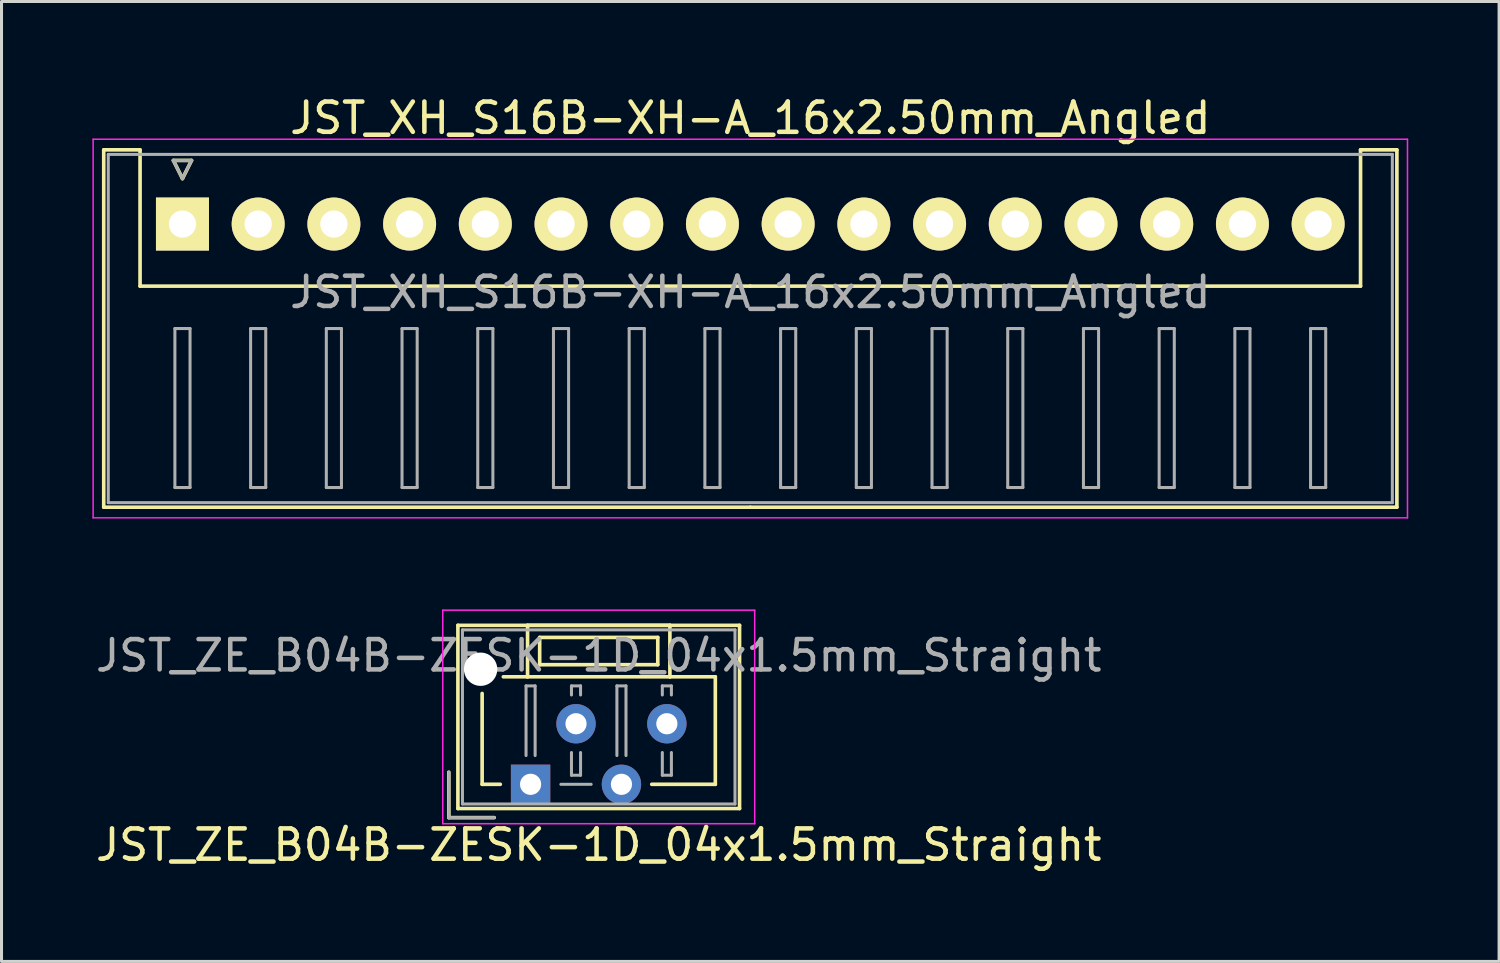
<source format=kicad_pcb>
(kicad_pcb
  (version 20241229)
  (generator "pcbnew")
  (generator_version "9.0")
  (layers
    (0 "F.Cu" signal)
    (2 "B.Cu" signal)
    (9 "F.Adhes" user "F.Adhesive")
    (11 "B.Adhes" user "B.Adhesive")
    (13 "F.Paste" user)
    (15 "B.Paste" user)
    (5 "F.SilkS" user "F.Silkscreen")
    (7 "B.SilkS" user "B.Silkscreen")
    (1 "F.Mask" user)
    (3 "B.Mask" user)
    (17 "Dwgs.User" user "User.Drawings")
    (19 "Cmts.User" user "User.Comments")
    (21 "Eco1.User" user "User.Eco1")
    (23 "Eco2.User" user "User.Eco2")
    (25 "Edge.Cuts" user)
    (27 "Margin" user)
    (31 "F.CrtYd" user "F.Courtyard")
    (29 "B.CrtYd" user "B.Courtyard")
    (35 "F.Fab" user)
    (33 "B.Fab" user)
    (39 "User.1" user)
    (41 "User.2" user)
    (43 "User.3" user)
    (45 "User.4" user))
  (footprint "JST_XH_S16B-XH-A_16x2.50mm_Angled"
    (layer "F.Cu")
    (at 2.975 4.348)
    (property "Reference" "JST_XH_S16B-XH-A_16x2.50mm_Angled" (at 18.75 -3.5 0) (layer "F.SilkS") (effects (font (size 1 1) (thickness 0.15))))
    (attr through_hole)
    (fp_line (start -2.6 -2.45) (end -1.4 -2.45) (stroke (width 0.12) (type solid)) (layer "F.SilkS"))
    (fp_line (start -2.6 9.35) (end -2.6 -2.45) (stroke (width 0.12) (type solid)) (layer "F.SilkS"))
    (fp_line (start -1.4 -2.45) (end -1.4 2.05) (stroke (width 0.12) (type solid)) (layer "F.SilkS"))
    (fp_line (start -1.4 2.05) (end 18.75 2.05) (stroke (width 0.12) (type solid)) (layer "F.SilkS"))
    (fp_line (start -0.3 -2.1) (end 0.3 -2.1) (stroke (width 0.12) (type solid)) (layer "F.SilkS"))
    (fp_line (start 0 -1.5) (end -0.3 -2.1) (stroke (width 0.12) (type solid)) (layer "F.SilkS"))
    (fp_line (start 0.3 -2.1) (end 0 -1.5) (stroke (width 0.12) (type solid)) (layer "F.SilkS"))
    (fp_line (start 18.75 9.35) (end -2.6 9.35) (stroke (width 0.12) (type solid)) (layer "F.SilkS"))
    (fp_line (start 18.75 9.35) (end 40.1 9.35) (stroke (width 0.12) (type solid)) (layer "F.SilkS"))
    (fp_line (start 38.9 -2.45) (end 38.9 2.05) (stroke (width 0.12) (type solid)) (layer "F.SilkS"))
    (fp_line (start 38.9 2.05) (end 18.75 2.05) (stroke (width 0.12) (type solid)) (layer "F.SilkS"))
    (fp_line (start 40.1 -2.45) (end 38.9 -2.45) (stroke (width 0.12) (type solid)) (layer "F.SilkS"))
    (fp_line (start 40.1 9.35) (end 40.1 -2.45) (stroke (width 0.12) (type solid)) (layer "F.SilkS"))
    (fp_line (start -2.95 -2.8) (end -2.95 9.7) (stroke (width 0.05) (type solid)) (layer "F.CrtYd"))
    (fp_line (start -2.95 9.7) (end 40.45 9.7) (stroke (width 0.05) (type solid)) (layer "F.CrtYd"))
    (fp_line (start 40.45 -2.8) (end -2.95 -2.8) (stroke (width 0.05) (type solid)) (layer "F.CrtYd"))
    (fp_line (start 40.45 9.7) (end 40.45 -2.8) (stroke (width 0.05) (type solid)) (layer "F.CrtYd"))
    (fp_line (start -2.45 -2.3) (end -2.45 9.2) (stroke (width 0.1) (type solid)) (layer "F.Fab"))
    (fp_line (start -2.45 9.2) (end 39.95 9.2) (stroke (width 0.1) (type solid)) (layer "F.Fab"))
    (fp_line (start -0.3 -2.1) (end 0.3 -2.1) (stroke (width 0.1) (type solid)) (layer "F.Fab"))
    (fp_line (start -0.25 3.45) (end -0.25 8.7) (stroke (width 0.1) (type solid)) (layer "F.Fab"))
    (fp_line (start -0.25 8.7) (end 0.25 8.7) (stroke (width 0.1) (type solid)) (layer "F.Fab"))
    (fp_line (start 0 -1.5) (end -0.3 -2.1) (stroke (width 0.1) (type solid)) (layer "F.Fab"))
    (fp_line (start 0.25 3.45) (end -0.25 3.45) (stroke (width 0.1) (type solid)) (layer "F.Fab"))
    (fp_line (start 0.25 8.7) (end 0.25 3.45) (stroke (width 0.1) (type solid)) (layer "F.Fab"))
    (fp_line (start 0.3 -2.1) (end 0 -1.5) (stroke (width 0.1) (type solid)) (layer "F.Fab"))
    (fp_line (start 2.25 3.45) (end 2.25 8.7) (stroke (width 0.1) (type solid)) (layer "F.Fab"))
    (fp_line (start 2.25 8.7) (end 2.75 8.7) (stroke (width 0.1) (type solid)) (layer "F.Fab"))
    (fp_line (start 2.75 3.45) (end 2.25 3.45) (stroke (width 0.1) (type solid)) (layer "F.Fab"))
    (fp_line (start 2.75 8.7) (end 2.75 3.45) (stroke (width 0.1) (type solid)) (layer "F.Fab"))
    (fp_line (start 4.75 3.45) (end 4.75 8.7) (stroke (width 0.1) (type solid)) (layer "F.Fab"))
    (fp_line (start 4.75 8.7) (end 5.25 8.7) (stroke (width 0.1) (type solid)) (layer "F.Fab"))
    (fp_line (start 5.25 3.45) (end 4.75 3.45) (stroke (width 0.1) (type solid)) (layer "F.Fab"))
    (fp_line (start 5.25 8.7) (end 5.25 3.45) (stroke (width 0.1) (type solid)) (layer "F.Fab"))
    (fp_line (start 7.25 3.45) (end 7.25 8.7) (stroke (width 0.1) (type solid)) (layer "F.Fab"))
    (fp_line (start 7.25 8.7) (end 7.75 8.7) (stroke (width 0.1) (type solid)) (layer "F.Fab"))
    (fp_line (start 7.75 3.45) (end 7.25 3.45) (stroke (width 0.1) (type solid)) (layer "F.Fab"))
    (fp_line (start 7.75 8.7) (end 7.75 3.45) (stroke (width 0.1) (type solid)) (layer "F.Fab"))
    (fp_line (start 9.75 3.45) (end 9.75 8.7) (stroke (width 0.1) (type solid)) (layer "F.Fab"))
    (fp_line (start 9.75 8.7) (end 10.25 8.7) (stroke (width 0.1) (type solid)) (layer "F.Fab"))
    (fp_line (start 10.25 3.45) (end 9.75 3.45) (stroke (width 0.1) (type solid)) (layer "F.Fab"))
    (fp_line (start 10.25 8.7) (end 10.25 3.45) (stroke (width 0.1) (type solid)) (layer "F.Fab"))
    (fp_line (start 12.25 3.45) (end 12.25 8.7) (stroke (width 0.1) (type solid)) (layer "F.Fab"))
    (fp_line (start 12.25 8.7) (end 12.75 8.7) (stroke (width 0.1) (type solid)) (layer "F.Fab"))
    (fp_line (start 12.75 3.45) (end 12.25 3.45) (stroke (width 0.1) (type solid)) (layer "F.Fab"))
    (fp_line (start 12.75 8.7) (end 12.75 3.45) (stroke (width 0.1) (type solid)) (layer "F.Fab"))
    (fp_line (start 14.75 3.45) (end 14.75 8.7) (stroke (width 0.1) (type solid)) (layer "F.Fab"))
    (fp_line (start 14.75 8.7) (end 15.25 8.7) (stroke (width 0.1) (type solid)) (layer "F.Fab"))
    (fp_line (start 15.25 3.45) (end 14.75 3.45) (stroke (width 0.1) (type solid)) (layer "F.Fab"))
    (fp_line (start 15.25 8.7) (end 15.25 3.45) (stroke (width 0.1) (type solid)) (layer "F.Fab"))
    (fp_line (start 17.25 3.45) (end 17.25 8.7) (stroke (width 0.1) (type solid)) (layer "F.Fab"))
    (fp_line (start 17.25 8.7) (end 17.75 8.7) (stroke (width 0.1) (type solid)) (layer "F.Fab"))
    (fp_line (start 17.75 3.45) (end 17.25 3.45) (stroke (width 0.1) (type solid)) (layer "F.Fab"))
    (fp_line (start 17.75 8.7) (end 17.75 3.45) (stroke (width 0.1) (type solid)) (layer "F.Fab"))
    (fp_line (start 19.75 3.45) (end 19.75 8.7) (stroke (width 0.1) (type solid)) (layer "F.Fab"))
    (fp_line (start 19.75 8.7) (end 20.25 8.7) (stroke (width 0.1) (type solid)) (layer "F.Fab"))
    (fp_line (start 20.25 3.45) (end 19.75 3.45) (stroke (width 0.1) (type solid)) (layer "F.Fab"))
    (fp_line (start 20.25 8.7) (end 20.25 3.45) (stroke (width 0.1) (type solid)) (layer "F.Fab"))
    (fp_line (start 22.25 3.45) (end 22.25 8.7) (stroke (width 0.1) (type solid)) (layer "F.Fab"))
    (fp_line (start 22.25 8.7) (end 22.75 8.7) (stroke (width 0.1) (type solid)) (layer "F.Fab"))
    (fp_line (start 22.75 3.45) (end 22.25 3.45) (stroke (width 0.1) (type solid)) (layer "F.Fab"))
    (fp_line (start 22.75 8.7) (end 22.75 3.45) (stroke (width 0.1) (type solid)) (layer "F.Fab"))
    (fp_line (start 24.75 3.45) (end 24.75 8.7) (stroke (width 0.1) (type solid)) (layer "F.Fab"))
    (fp_line (start 24.75 8.7) (end 25.25 8.7) (stroke (width 0.1) (type solid)) (layer "F.Fab"))
    (fp_line (start 25.25 3.45) (end 24.75 3.45) (stroke (width 0.1) (type solid)) (layer "F.Fab"))
    (fp_line (start 25.25 8.7) (end 25.25 3.45) (stroke (width 0.1) (type solid)) (layer "F.Fab"))
    (fp_line (start 27.25 3.45) (end 27.25 8.7) (stroke (width 0.1) (type solid)) (layer "F.Fab"))
    (fp_line (start 27.25 8.7) (end 27.75 8.7) (stroke (width 0.1) (type solid)) (layer "F.Fab"))
    (fp_line (start 27.75 3.45) (end 27.25 3.45) (stroke (width 0.1) (type solid)) (layer "F.Fab"))
    (fp_line (start 27.75 8.7) (end 27.75 3.45) (stroke (width 0.1) (type solid)) (layer "F.Fab"))
    (fp_line (start 29.75 3.45) (end 29.75 8.7) (stroke (width 0.1) (type solid)) (layer "F.Fab"))
    (fp_line (start 29.75 8.7) (end 30.25 8.7) (stroke (width 0.1) (type solid)) (layer "F.Fab"))
    (fp_line (start 30.25 3.45) (end 29.75 3.45) (stroke (width 0.1) (type solid)) (layer "F.Fab"))
    (fp_line (start 30.25 8.7) (end 30.25 3.45) (stroke (width 0.1) (type solid)) (layer "F.Fab"))
    (fp_line (start 32.25 3.45) (end 32.25 8.7) (stroke (width 0.1) (type solid)) (layer "F.Fab"))
    (fp_line (start 32.25 8.7) (end 32.75 8.7) (stroke (width 0.1) (type solid)) (layer "F.Fab"))
    (fp_line (start 32.75 3.45) (end 32.25 3.45) (stroke (width 0.1) (type solid)) (layer "F.Fab"))
    (fp_line (start 32.75 8.7) (end 32.75 3.45) (stroke (width 0.1) (type solid)) (layer "F.Fab"))
    (fp_line (start 34.75 3.45) (end 34.75 8.7) (stroke (width 0.1) (type solid)) (layer "F.Fab"))
    (fp_line (start 34.75 8.7) (end 35.25 8.7) (stroke (width 0.1) (type solid)) (layer "F.Fab"))
    (fp_line (start 35.25 3.45) (end 34.75 3.45) (stroke (width 0.1) (type solid)) (layer "F.Fab"))
    (fp_line (start 35.25 8.7) (end 35.25 3.45) (stroke (width 0.1) (type solid)) (layer "F.Fab"))
    (fp_line (start 37.25 3.45) (end 37.25 8.7) (stroke (width 0.1) (type solid)) (layer "F.Fab"))
    (fp_line (start 37.25 8.7) (end 37.75 8.7) (stroke (width 0.1) (type solid)) (layer "F.Fab"))
    (fp_line (start 37.75 3.45) (end 37.25 3.45) (stroke (width 0.1) (type solid)) (layer "F.Fab"))
    (fp_line (start 37.75 8.7) (end 37.75 3.45) (stroke (width 0.1) (type solid)) (layer "F.Fab"))
    (fp_line (start 39.95 -2.3) (end -2.45 -2.3) (stroke (width 0.1) (type solid)) (layer "F.Fab"))
    (fp_line (start 39.95 9.2) (end 39.95 -2.3) (stroke (width 0.1) (type solid)) (layer "F.Fab"))
    (fp_text user "${REFERENCE}" (at 18.75 2.25 0) (layer "F.Fab") (effects (font (size 1 1) (thickness 0.15))))
    (pad "1" thru_hole rect (at 0 0) (size 1.75 1.75) (drill 0.9) (layers "*.Cu" "*.Mask" "F.SilkS"))
    (pad "2" thru_hole circle (at 2.5 0) (size 1.75 1.75) (drill 0.9) (layers "*.Cu" "*.Mask" "F.SilkS"))
    (pad "3" thru_hole circle (at 5 0) (size 1.75 1.75) (drill 0.9) (layers "*.Cu" "*.Mask" "F.SilkS"))
    (pad "4" thru_hole circle (at 7.5 0) (size 1.75 1.75) (drill 0.9) (layers "*.Cu" "*.Mask" "F.SilkS"))
    (pad "5" thru_hole circle (at 10 0) (size 1.75 1.75) (drill 0.9) (layers "*.Cu" "*.Mask" "F.SilkS"))
    (pad "6" thru_hole circle (at 12.5 0) (size 1.75 1.75) (drill 0.9) (layers "*.Cu" "*.Mask" "F.SilkS"))
    (pad "7" thru_hole circle (at 15 0) (size 1.75 1.75) (drill 0.9) (layers "*.Cu" "*.Mask" "F.SilkS"))
    (pad "8" thru_hole circle (at 17.5 0) (size 1.75 1.75) (drill 0.9) (layers "*.Cu" "*.Mask" "F.SilkS"))
    (pad "9" thru_hole circle (at 20 0) (size 1.75 1.75) (drill 0.9) (layers "*.Cu" "*.Mask" "F.SilkS"))
    (pad "10" thru_hole circle (at 22.5 0) (size 1.75 1.75) (drill 0.9) (layers "*.Cu" "*.Mask" "F.SilkS"))
    (pad "11" thru_hole circle (at 25 0) (size 1.75 1.75) (drill 0.9) (layers "*.Cu" "*.Mask" "F.SilkS"))
    (pad "12" thru_hole circle (at 27.5 0) (size 1.75 1.75) (drill 0.9) (layers "*.Cu" "*.Mask" "F.SilkS"))
    (pad "13" thru_hole circle (at 30 0) (size 1.75 1.75) (drill 0.9) (layers "*.Cu" "*.Mask" "F.SilkS"))
    (pad "14" thru_hole circle (at 32.5 0) (size 1.75 1.75) (drill 0.9) (layers "*.Cu" "*.Mask" "F.SilkS"))
    (pad "15" thru_hole circle (at 35 0) (size 1.75 1.75) (drill 0.9) (layers "*.Cu" "*.Mask" "F.SilkS"))
    (pad "16" thru_hole circle (at 37.5 0) (size 1.75 1.75) (drill 0.9) (layers "*.Cu" "*.Mask" "F.SilkS")))
  (footprint "JST_ZE_B04B-ZESK-1D_04x1.5mm_Straight"
    (layer "F.Cu")
    (at 14.47 22.848)
    (property "Reference" "JST_ZE_B04B-ZESK-1D_04x1.5mm_Straight" (at 2.25 2 0) (layer "F.SilkS") (effects (font (size 1 1) (thickness 0.15))))
    (attr through_hole)
    (fp_line (start -2.7 -0.4) (end -2.7 1.1) (stroke (width 0.12) (type solid)) (layer "F.SilkS"))
    (fp_line (start -2.7 1.1) (end -1.2 1.1) (stroke (width 0.12) (type solid)) (layer "F.SilkS"))
    (fp_line (start -2.4 -5.25) (end -2.4 0.8) (stroke (width 0.12) (type solid)) (layer "F.SilkS"))
    (fp_line (start -2.4 0.8) (end 6.9 0.8) (stroke (width 0.12) (type solid)) (layer "F.SilkS"))
    (fp_line (start -1.6 -3) (end -1.6 0) (stroke (width 0.12) (type solid)) (layer "F.SilkS"))
    (fp_line (start -1.6 0) (end -1 0) (stroke (width 0.12) (type solid)) (layer "F.SilkS"))
    (fp_line (start -0.1 -5.25) (end -0.1 -3.55) (stroke (width 0.12) (type solid)) (layer "F.SilkS"))
    (fp_line (start -0.1 -3.55) (end -0.9 -3.55) (stroke (width 0.12) (type solid)) (layer "F.SilkS"))
    (fp_line (start -0.1 -3.55) (end 4.6 -3.55) (stroke (width 0.12) (type solid)) (layer "F.SilkS"))
    (fp_line (start 0.3 -4.85) (end 0.3 -3.95) (stroke (width 0.12) (type solid)) (layer "F.SilkS"))
    (fp_line (start 0.3 -3.95) (end 4.2 -3.95) (stroke (width 0.12) (type solid)) (layer "F.SilkS"))
    (fp_line (start 4.2 -4.85) (end 0.3 -4.85) (stroke (width 0.12) (type solid)) (layer "F.SilkS"))
    (fp_line (start 4.2 -3.95) (end 4.2 -4.85) (stroke (width 0.12) (type solid)) (layer "F.SilkS"))
    (fp_line (start 4.6 -5.25) (end -0.1 -5.25) (stroke (width 0.12) (type solid)) (layer "F.SilkS"))
    (fp_line (start 4.6 -3.55) (end 4.6 -5.25) (stroke (width 0.12) (type solid)) (layer "F.SilkS"))
    (fp_line (start 4.6 -3.55) (end 6.1 -3.55) (stroke (width 0.12) (type solid)) (layer "F.SilkS"))
    (fp_line (start 6.1 -3.55) (end 6.1 0) (stroke (width 0.12) (type solid)) (layer "F.SilkS"))
    (fp_line (start 6.1 0) (end 4 0) (stroke (width 0.12) (type solid)) (layer "F.SilkS"))
    (fp_line (start 6.9 -5.25) (end -2.4 -5.25) (stroke (width 0.12) (type solid)) (layer "F.SilkS"))
    (fp_line (start 6.9 0.8) (end 6.9 -5.25) (stroke (width 0.12) (type solid)) (layer "F.SilkS"))
    (fp_line (start -2.9 -5.75) (end -2.9 1.3) (stroke (width 0.05) (type solid)) (layer "F.CrtYd"))
    (fp_line (start -2.9 1.3) (end 7.4 1.3) (stroke (width 0.05) (type solid)) (layer "F.CrtYd"))
    (fp_line (start 7.4 -5.75) (end -2.9 -5.75) (stroke (width 0.05) (type solid)) (layer "F.CrtYd"))
    (fp_line (start 7.4 1.3) (end 7.4 -5.75) (stroke (width 0.05) (type solid)) (layer "F.CrtYd"))
    (fp_line (start -2.7 -0.4) (end -2.7 1.1) (stroke (width 0.1) (type solid)) (layer "F.Fab"))
    (fp_line (start -2.7 1.1) (end -1.2 1.1) (stroke (width 0.1) (type solid)) (layer "F.Fab"))
    (fp_line (start -2.25 -5.1) (end -2.25 0.65) (stroke (width 0.1) (type solid)) (layer "F.Fab"))
    (fp_line (start -2.25 0.65) (end 6.75 0.65) (stroke (width 0.1) (type solid)) (layer "F.Fab"))
    (fp_line (start -0.15 -3.25) (end 0.15 -3.25) (stroke (width 0.1) (type solid)) (layer "F.Fab"))
    (fp_line (start -0.15 -0.95) (end -0.15 -3.25) (stroke (width 0.1) (type solid)) (layer "F.Fab"))
    (fp_line (start 0.15 -3.25) (end 0.15 -0.95) (stroke (width 0.1) (type solid)) (layer "F.Fab"))
    (fp_line (start 1 0) (end 2 0) (stroke (width 0.1) (type solid)) (layer "F.Fab"))
    (fp_line (start 1.35 -3.25) (end 1.65 -3.25) (stroke (width 0.1) (type solid)) (layer "F.Fab"))
    (fp_line (start 1.35 -2.95) (end 1.35 -3.25) (stroke (width 0.1) (type solid)) (layer "F.Fab"))
    (fp_line (start 1.35 -1.05) (end 1.35 -0.3) (stroke (width 0.1) (type solid)) (layer "F.Fab"))
    (fp_line (start 1.35 -0.3) (end 1.65 -0.3) (stroke (width 0.1) (type solid)) (layer "F.Fab"))
    (fp_line (start 1.65 -3.25) (end 1.65 -2.95) (stroke (width 0.1) (type solid)) (layer "F.Fab"))
    (fp_line (start 1.65 -0.3) (end 1.65 -1.05) (stroke (width 0.1) (type solid)) (layer "F.Fab"))
    (fp_line (start 2.85 -3.25) (end 3.15 -3.25) (stroke (width 0.1) (type solid)) (layer "F.Fab"))
    (fp_line (start 2.85 -0.95) (end 2.85 -3.25) (stroke (width 0.1) (type solid)) (layer "F.Fab"))
    (fp_line (start 3.15 -3.25) (end 3.15 -0.95) (stroke (width 0.1) (type solid)) (layer "F.Fab"))
    (fp_line (start 4.35 -3.25) (end 4.65 -3.25) (stroke (width 0.1) (type solid)) (layer "F.Fab"))
    (fp_line (start 4.35 -2.95) (end 4.35 -3.25) (stroke (width 0.1) (type solid)) (layer "F.Fab"))
    (fp_line (start 4.35 -1.05) (end 4.35 -0.3) (stroke (width 0.1) (type solid)) (layer "F.Fab"))
    (fp_line (start 4.35 -0.3) (end 4.65 -0.3) (stroke (width 0.1) (type solid)) (layer "F.Fab"))
    (fp_line (start 4.65 -3.25) (end 4.65 -2.95) (stroke (width 0.1) (type solid)) (layer "F.Fab"))
    (fp_line (start 4.65 -0.3) (end 4.65 -1.05) (stroke (width 0.1) (type solid)) (layer "F.Fab"))
    (fp_line (start 6.75 -5.1) (end -2.25 -5.1) (stroke (width 0.1) (type solid)) (layer "F.Fab"))
    (fp_line (start 6.75 0.65) (end 6.75 -5.1) (stroke (width 0.1) (type solid)) (layer "F.Fab"))
    (fp_text user "${REFERENCE}" (at 2.25 -4.25 0) (layer "F.Fab") (effects (font (size 1 1) (thickness 0.15))))
    (pad "" np_thru_hole circle (at -1.65 -3.8) (size 1.1 1.1) (drill 1.1) (layers "*.Cu"))
    (pad "1" thru_hole rect (at 0 0) (size 1.3 1.3) (drill 0.7) (layers "*.Cu" "*.Mask"))
    (pad "2" thru_hole circle (at 1.5 -2) (size 1.3 1.3) (drill 0.7) (layers "*.Cu" "*.Mask"))
    (pad "3" thru_hole circle (at 3 0) (size 1.3 1.3) (drill 0.7) (layers "*.Cu" "*.Mask"))
    (pad "4" thru_hole circle (at 4.5 -2) (size 1.3 1.3) (drill 0.7) (layers "*.Cu" "*.Mask")))
  (gr_rect
    (start -3 -3)
    (end 46.45 28.697)
    (stroke (width 0.1) (type default))
    (fill no)
    (layer "Edge.Cuts")))
</source>
